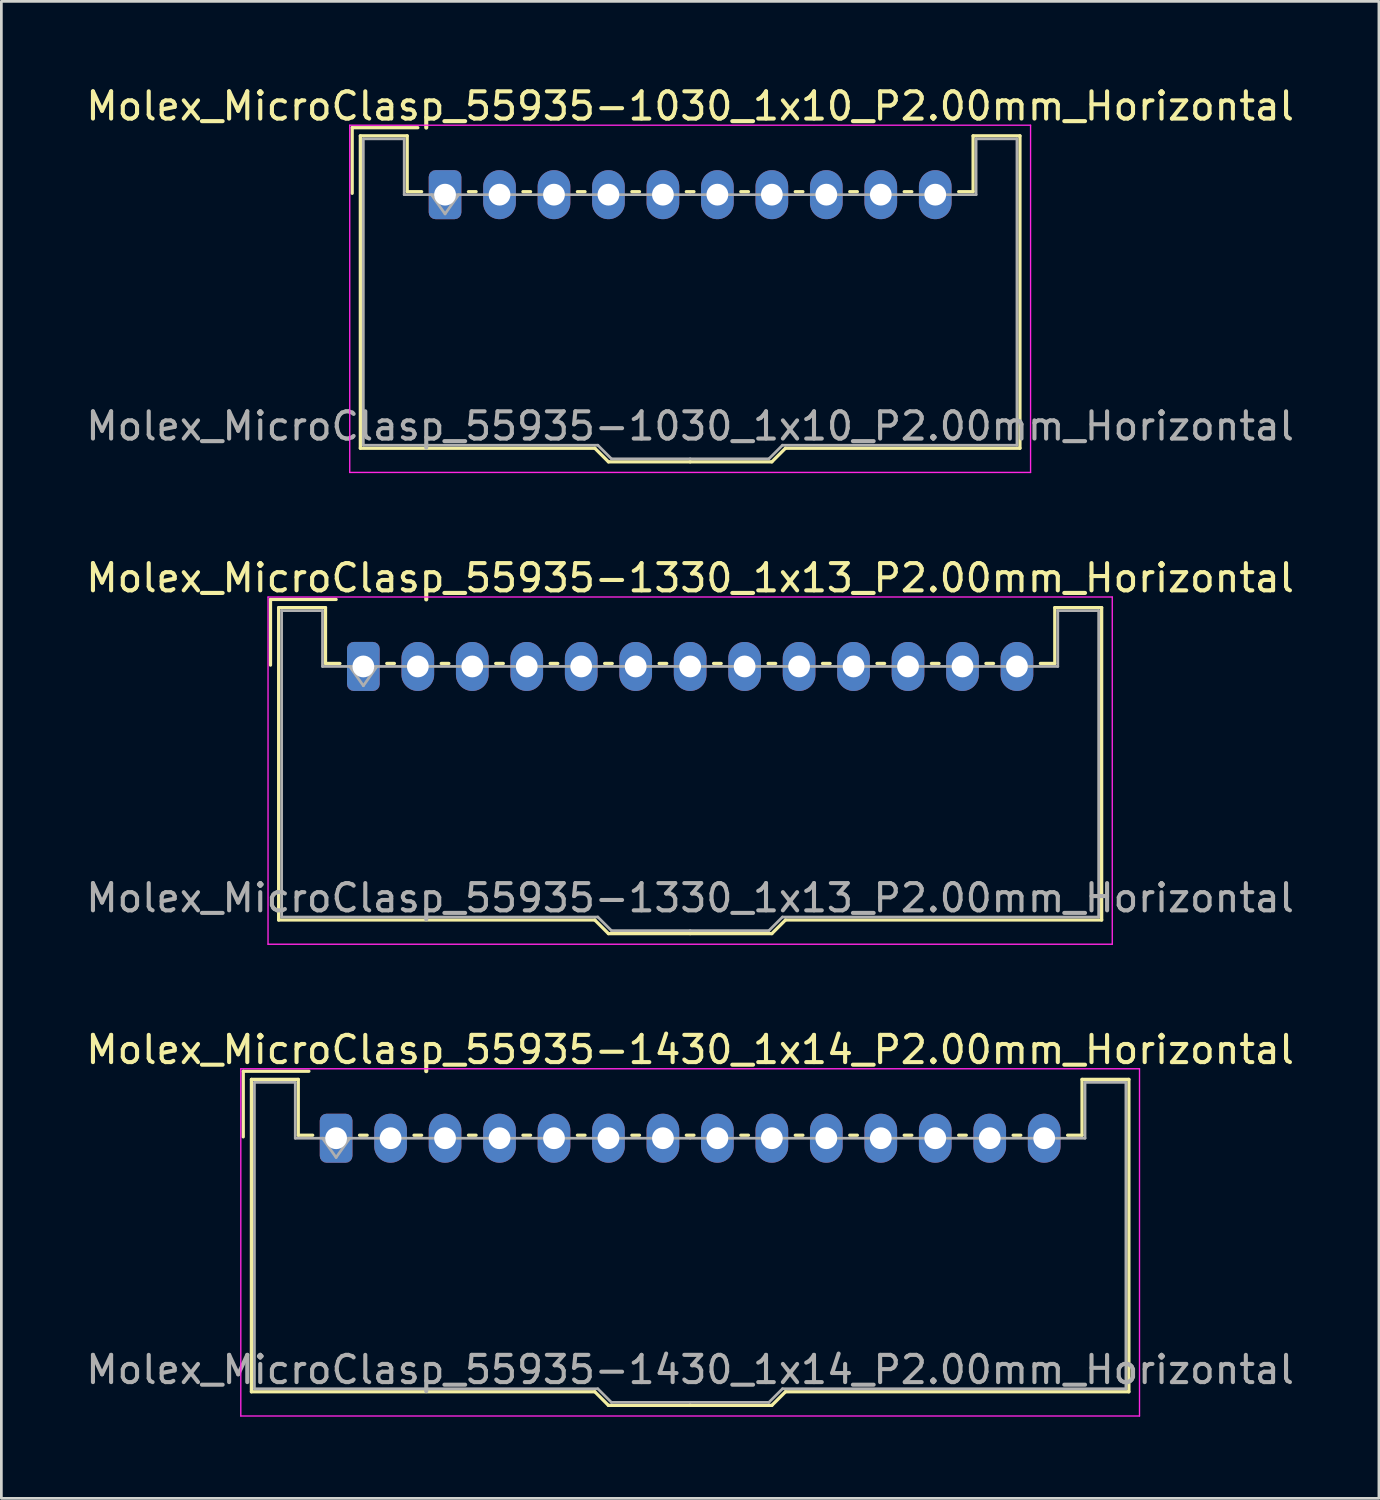
<source format=kicad_pcb>
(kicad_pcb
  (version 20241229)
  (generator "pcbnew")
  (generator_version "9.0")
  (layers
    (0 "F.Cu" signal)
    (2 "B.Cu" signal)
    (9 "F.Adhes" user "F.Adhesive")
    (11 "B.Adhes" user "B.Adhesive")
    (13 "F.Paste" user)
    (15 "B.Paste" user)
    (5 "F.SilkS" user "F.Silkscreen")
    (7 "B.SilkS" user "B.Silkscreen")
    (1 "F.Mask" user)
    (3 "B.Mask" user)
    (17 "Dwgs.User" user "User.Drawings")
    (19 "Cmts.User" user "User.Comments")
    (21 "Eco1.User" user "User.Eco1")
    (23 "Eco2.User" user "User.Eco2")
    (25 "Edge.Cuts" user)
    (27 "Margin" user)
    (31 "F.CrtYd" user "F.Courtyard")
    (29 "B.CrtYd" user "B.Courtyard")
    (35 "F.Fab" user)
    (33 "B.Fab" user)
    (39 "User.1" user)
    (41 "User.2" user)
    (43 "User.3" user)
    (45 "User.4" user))
  (footprint "Molex_MicroClasp_55935-1430_1x14_P2.00mm_Horizontal"
    (layer "F.Cu")
    (at 9.292 38.745)
    (property "Reference" "Molex_MicroClasp_55935-1430_1x14_P2.00mm_Horizontal" (at 13 -3.25 0) (layer "F.SilkS") (effects (font (size 1 1) (thickness 0.15))))
    (attr through_hole)
    (fp_line (start -3.41 -2.46) (end -1 -2.46) (stroke (width 0.12) (type solid)) (layer "F.SilkS"))
    (fp_line (start -3.41 -0.05) (end -3.41 -2.46) (stroke (width 0.12) (type solid)) (layer "F.SilkS"))
    (fp_line (start -3.11 -2.16) (end -1.39 -2.16) (stroke (width 0.12) (type solid)) (layer "F.SilkS"))
    (fp_line (start -3.11 9.31) (end -3.11 -2.16) (stroke (width 0.12) (type solid)) (layer "F.SilkS"))
    (fp_line (start -1.39 -2.16) (end -1.39 -0.11) (stroke (width 0.12) (type solid)) (layer "F.SilkS"))
    (fp_line (start -1.39 -0.11) (end -0.86 -0.11) (stroke (width 0.12) (type solid)) (layer "F.SilkS"))
    (fp_line (start 0.86 -0.11) (end 1.14 -0.11) (stroke (width 0.12) (type solid)) (layer "F.SilkS"))
    (fp_line (start 2.86 -0.11) (end 3.14 -0.11) (stroke (width 0.12) (type solid)) (layer "F.SilkS"))
    (fp_line (start 4.86 -0.11) (end 5.14 -0.11) (stroke (width 0.12) (type solid)) (layer "F.SilkS"))
    (fp_line (start 6.86 -0.11) (end 7.14 -0.11) (stroke (width 0.12) (type solid)) (layer "F.SilkS"))
    (fp_line (start 8.86 -0.11) (end 9.14 -0.11) (stroke (width 0.12) (type solid)) (layer "F.SilkS"))
    (fp_line (start 9.5 9.31) (end -3.11 9.31) (stroke (width 0.12) (type solid)) (layer "F.SilkS"))
    (fp_line (start 10 9.81) (end 9.5 9.31) (stroke (width 0.12) (type solid)) (layer "F.SilkS"))
    (fp_line (start 10.86 -0.11) (end 11.14 -0.11) (stroke (width 0.12) (type solid)) (layer "F.SilkS"))
    (fp_line (start 12.86 -0.11) (end 13.14 -0.11) (stroke (width 0.12) (type solid)) (layer "F.SilkS"))
    (fp_line (start 13 9.81) (end 10 9.81) (stroke (width 0.12) (type solid)) (layer "F.SilkS"))
    (fp_line (start 13 9.81) (end 16 9.81) (stroke (width 0.12) (type solid)) (layer "F.SilkS"))
    (fp_line (start 14.86 -0.11) (end 15.14 -0.11) (stroke (width 0.12) (type solid)) (layer "F.SilkS"))
    (fp_line (start 16 9.81) (end 16.5 9.31) (stroke (width 0.12) (type solid)) (layer "F.SilkS"))
    (fp_line (start 16.5 9.31) (end 29.11 9.31) (stroke (width 0.12) (type solid)) (layer "F.SilkS"))
    (fp_line (start 16.86 -0.11) (end 17.14 -0.11) (stroke (width 0.12) (type solid)) (layer "F.SilkS"))
    (fp_line (start 18.86 -0.11) (end 19.14 -0.11) (stroke (width 0.12) (type solid)) (layer "F.SilkS"))
    (fp_line (start 20.86 -0.11) (end 21.14 -0.11) (stroke (width 0.12) (type solid)) (layer "F.SilkS"))
    (fp_line (start 22.86 -0.11) (end 23.14 -0.11) (stroke (width 0.12) (type solid)) (layer "F.SilkS"))
    (fp_line (start 24.86 -0.11) (end 25.14 -0.11) (stroke (width 0.12) (type solid)) (layer "F.SilkS"))
    (fp_line (start 27.39 -2.16) (end 27.39 -0.11) (stroke (width 0.12) (type solid)) (layer "F.SilkS"))
    (fp_line (start 27.39 -0.11) (end 26.86 -0.11) (stroke (width 0.12) (type solid)) (layer "F.SilkS"))
    (fp_line (start 29.11 -2.16) (end 27.39 -2.16) (stroke (width 0.12) (type solid)) (layer "F.SilkS"))
    (fp_line (start 29.11 9.31) (end 29.11 -2.16) (stroke (width 0.12) (type solid)) (layer "F.SilkS"))
    (fp_line (start -3.5 -2.55) (end -3.5 10.2) (stroke (width 0.05) (type solid)) (layer "F.CrtYd"))
    (fp_line (start -3.5 10.2) (end 29.5 10.2) (stroke (width 0.05) (type solid)) (layer "F.CrtYd"))
    (fp_line (start 29.5 -2.55) (end -3.5 -2.55) (stroke (width 0.05) (type solid)) (layer "F.CrtYd"))
    (fp_line (start 29.5 10.2) (end 29.5 -2.55) (stroke (width 0.05) (type solid)) (layer "F.CrtYd"))
    (fp_line (start -3 -2.05) (end -1.5 -2.05) (stroke (width 0.1) (type solid)) (layer "F.Fab"))
    (fp_line (start -3 9.2) (end -3 -2.05) (stroke (width 0.1) (type solid)) (layer "F.Fab"))
    (fp_line (start -1.5 -2.05) (end -1.5 0) (stroke (width 0.1) (type solid)) (layer "F.Fab"))
    (fp_line (start -1.5 0) (end 13 0) (stroke (width 0.1) (type solid)) (layer "F.Fab"))
    (fp_line (start -0.5 0) (end 0 0.707) (stroke (width 0.1) (type solid)) (layer "F.Fab"))
    (fp_line (start 0 0.707) (end 0.5 0) (stroke (width 0.1) (type solid)) (layer "F.Fab"))
    (fp_line (start 9.61 9.2) (end -3 9.2) (stroke (width 0.1) (type solid)) (layer "F.Fab"))
    (fp_line (start 10.11 9.7) (end 9.61 9.2) (stroke (width 0.1) (type solid)) (layer "F.Fab"))
    (fp_line (start 13 9.7) (end 10.11 9.7) (stroke (width 0.1) (type solid)) (layer "F.Fab"))
    (fp_line (start 13 9.7) (end 15.89 9.7) (stroke (width 0.1) (type solid)) (layer "F.Fab"))
    (fp_line (start 15.89 9.7) (end 16.39 9.2) (stroke (width 0.1) (type solid)) (layer "F.Fab"))
    (fp_line (start 16.39 9.2) (end 29 9.2) (stroke (width 0.1) (type solid)) (layer "F.Fab"))
    (fp_line (start 27.5 -2.05) (end 27.5 0) (stroke (width 0.1) (type solid)) (layer "F.Fab"))
    (fp_line (start 27.5 0) (end 13 0) (stroke (width 0.1) (type solid)) (layer "F.Fab"))
    (fp_line (start 29 -2.05) (end 27.5 -2.05) (stroke (width 0.1) (type solid)) (layer "F.Fab"))
    (fp_line (start 29 9.2) (end 29 -2.05) (stroke (width 0.1) (type solid)) (layer "F.Fab"))
    (fp_text user "${REFERENCE}" (at 13 8.5 0) (layer "F.Fab") (effects (font (size 1 1) (thickness 0.15))))
    (pad "1" thru_hole roundrect (at 0 0) (size 1.2 1.8) (drill 0.8) (layers "*.Cu" "*.Mask") (roundrect_rratio 0.208))
    (pad "2" thru_hole oval (at 2 0) (size 1.2 1.8) (drill 0.8) (layers "*.Cu" "*.Mask"))
    (pad "3" thru_hole oval (at 4 0) (size 1.2 1.8) (drill 0.8) (layers "*.Cu" "*.Mask"))
    (pad "4" thru_hole oval (at 6 0) (size 1.2 1.8) (drill 0.8) (layers "*.Cu" "*.Mask"))
    (pad "5" thru_hole oval (at 8 0) (size 1.2 1.8) (drill 0.8) (layers "*.Cu" "*.Mask"))
    (pad "6" thru_hole oval (at 10 0) (size 1.2 1.8) (drill 0.8) (layers "*.Cu" "*.Mask"))
    (pad "7" thru_hole oval (at 12 0) (size 1.2 1.8) (drill 0.8) (layers "*.Cu" "*.Mask"))
    (pad "8" thru_hole oval (at 14 0) (size 1.2 1.8) (drill 0.8) (layers "*.Cu" "*.Mask"))
    (pad "9" thru_hole oval (at 16 0) (size 1.2 1.8) (drill 0.8) (layers "*.Cu" "*.Mask"))
    (pad "10" thru_hole oval (at 18 0) (size 1.2 1.8) (drill 0.8) (layers "*.Cu" "*.Mask"))
    (pad "11" thru_hole oval (at 20 0) (size 1.2 1.8) (drill 0.8) (layers "*.Cu" "*.Mask"))
    (pad "12" thru_hole oval (at 22 0) (size 1.2 1.8) (drill 0.8) (layers "*.Cu" "*.Mask"))
    (pad "13" thru_hole oval (at 24 0) (size 1.2 1.8) (drill 0.8) (layers "*.Cu" "*.Mask"))
    (pad "14" thru_hole oval (at 26 0) (size 1.2 1.8) (drill 0.8) (layers "*.Cu" "*.Mask")))
  (footprint "Molex_MicroClasp_55935-1330_1x13_P2.00mm_Horizontal"
    (layer "F.Cu")
    (at 10.292 21.422)
    (property "Reference" "Molex_MicroClasp_55935-1330_1x13_P2.00mm_Horizontal" (at 12 -3.25 0) (layer "F.SilkS") (effects (font (size 1 1) (thickness 0.15))))
    (attr through_hole)
    (fp_line (start -3.41 -2.46) (end -1 -2.46) (stroke (width 0.12) (type solid)) (layer "F.SilkS"))
    (fp_line (start -3.41 -0.05) (end -3.41 -2.46) (stroke (width 0.12) (type solid)) (layer "F.SilkS"))
    (fp_line (start -3.11 -2.16) (end -1.39 -2.16) (stroke (width 0.12) (type solid)) (layer "F.SilkS"))
    (fp_line (start -3.11 9.31) (end -3.11 -2.16) (stroke (width 0.12) (type solid)) (layer "F.SilkS"))
    (fp_line (start -1.39 -2.16) (end -1.39 -0.11) (stroke (width 0.12) (type solid)) (layer "F.SilkS"))
    (fp_line (start -1.39 -0.11) (end -0.86 -0.11) (stroke (width 0.12) (type solid)) (layer "F.SilkS"))
    (fp_line (start 0.86 -0.11) (end 1.14 -0.11) (stroke (width 0.12) (type solid)) (layer "F.SilkS"))
    (fp_line (start 2.86 -0.11) (end 3.14 -0.11) (stroke (width 0.12) (type solid)) (layer "F.SilkS"))
    (fp_line (start 4.86 -0.11) (end 5.14 -0.11) (stroke (width 0.12) (type solid)) (layer "F.SilkS"))
    (fp_line (start 6.86 -0.11) (end 7.14 -0.11) (stroke (width 0.12) (type solid)) (layer "F.SilkS"))
    (fp_line (start 8.5 9.31) (end -3.11 9.31) (stroke (width 0.12) (type solid)) (layer "F.SilkS"))
    (fp_line (start 8.86 -0.11) (end 9.14 -0.11) (stroke (width 0.12) (type solid)) (layer "F.SilkS"))
    (fp_line (start 9 9.81) (end 8.5 9.31) (stroke (width 0.12) (type solid)) (layer "F.SilkS"))
    (fp_line (start 10.86 -0.11) (end 11.14 -0.11) (stroke (width 0.12) (type solid)) (layer "F.SilkS"))
    (fp_line (start 12 9.81) (end 9 9.81) (stroke (width 0.12) (type solid)) (layer "F.SilkS"))
    (fp_line (start 12 9.81) (end 15 9.81) (stroke (width 0.12) (type solid)) (layer "F.SilkS"))
    (fp_line (start 12.86 -0.11) (end 13.14 -0.11) (stroke (width 0.12) (type solid)) (layer "F.SilkS"))
    (fp_line (start 14.86 -0.11) (end 15.14 -0.11) (stroke (width 0.12) (type solid)) (layer "F.SilkS"))
    (fp_line (start 15 9.81) (end 15.5 9.31) (stroke (width 0.12) (type solid)) (layer "F.SilkS"))
    (fp_line (start 15.5 9.31) (end 27.11 9.31) (stroke (width 0.12) (type solid)) (layer "F.SilkS"))
    (fp_line (start 16.86 -0.11) (end 17.14 -0.11) (stroke (width 0.12) (type solid)) (layer "F.SilkS"))
    (fp_line (start 18.86 -0.11) (end 19.14 -0.11) (stroke (width 0.12) (type solid)) (layer "F.SilkS"))
    (fp_line (start 20.86 -0.11) (end 21.14 -0.11) (stroke (width 0.12) (type solid)) (layer "F.SilkS"))
    (fp_line (start 22.86 -0.11) (end 23.14 -0.11) (stroke (width 0.12) (type solid)) (layer "F.SilkS"))
    (fp_line (start 25.39 -2.16) (end 25.39 -0.11) (stroke (width 0.12) (type solid)) (layer "F.SilkS"))
    (fp_line (start 25.39 -0.11) (end 24.86 -0.11) (stroke (width 0.12) (type solid)) (layer "F.SilkS"))
    (fp_line (start 27.11 -2.16) (end 25.39 -2.16) (stroke (width 0.12) (type solid)) (layer "F.SilkS"))
    (fp_line (start 27.11 9.31) (end 27.11 -2.16) (stroke (width 0.12) (type solid)) (layer "F.SilkS"))
    (fp_line (start -3.5 -2.55) (end -3.5 10.2) (stroke (width 0.05) (type solid)) (layer "F.CrtYd"))
    (fp_line (start -3.5 10.2) (end 27.5 10.2) (stroke (width 0.05) (type solid)) (layer "F.CrtYd"))
    (fp_line (start 27.5 -2.55) (end -3.5 -2.55) (stroke (width 0.05) (type solid)) (layer "F.CrtYd"))
    (fp_line (start 27.5 10.2) (end 27.5 -2.55) (stroke (width 0.05) (type solid)) (layer "F.CrtYd"))
    (fp_line (start -3 -2.05) (end -1.5 -2.05) (stroke (width 0.1) (type solid)) (layer "F.Fab"))
    (fp_line (start -3 9.2) (end -3 -2.05) (stroke (width 0.1) (type solid)) (layer "F.Fab"))
    (fp_line (start -1.5 -2.05) (end -1.5 0) (stroke (width 0.1) (type solid)) (layer "F.Fab"))
    (fp_line (start -1.5 0) (end 12 0) (stroke (width 0.1) (type solid)) (layer "F.Fab"))
    (fp_line (start -0.5 0) (end 0 0.707) (stroke (width 0.1) (type solid)) (layer "F.Fab"))
    (fp_line (start 0 0.707) (end 0.5 0) (stroke (width 0.1) (type solid)) (layer "F.Fab"))
    (fp_line (start 8.61 9.2) (end -3 9.2) (stroke (width 0.1) (type solid)) (layer "F.Fab"))
    (fp_line (start 9.11 9.7) (end 8.61 9.2) (stroke (width 0.1) (type solid)) (layer "F.Fab"))
    (fp_line (start 12 9.7) (end 9.11 9.7) (stroke (width 0.1) (type solid)) (layer "F.Fab"))
    (fp_line (start 12 9.7) (end 14.89 9.7) (stroke (width 0.1) (type solid)) (layer "F.Fab"))
    (fp_line (start 14.89 9.7) (end 15.39 9.2) (stroke (width 0.1) (type solid)) (layer "F.Fab"))
    (fp_line (start 15.39 9.2) (end 27 9.2) (stroke (width 0.1) (type solid)) (layer "F.Fab"))
    (fp_line (start 25.5 -2.05) (end 25.5 0) (stroke (width 0.1) (type solid)) (layer "F.Fab"))
    (fp_line (start 25.5 0) (end 12 0) (stroke (width 0.1) (type solid)) (layer "F.Fab"))
    (fp_line (start 27 -2.05) (end 25.5 -2.05) (stroke (width 0.1) (type solid)) (layer "F.Fab"))
    (fp_line (start 27 9.2) (end 27 -2.05) (stroke (width 0.1) (type solid)) (layer "F.Fab"))
    (fp_text user "${REFERENCE}" (at 12 8.5 0) (layer "F.Fab") (effects (font (size 1 1) (thickness 0.15))))
    (pad "1" thru_hole roundrect (at 0 0) (size 1.2 1.8) (drill 0.8) (layers "*.Cu" "*.Mask") (roundrect_rratio 0.208))
    (pad "2" thru_hole oval (at 2 0) (size 1.2 1.8) (drill 0.8) (layers "*.Cu" "*.Mask"))
    (pad "3" thru_hole oval (at 4 0) (size 1.2 1.8) (drill 0.8) (layers "*.Cu" "*.Mask"))
    (pad "4" thru_hole oval (at 6 0) (size 1.2 1.8) (drill 0.8) (layers "*.Cu" "*.Mask"))
    (pad "5" thru_hole oval (at 8 0) (size 1.2 1.8) (drill 0.8) (layers "*.Cu" "*.Mask"))
    (pad "6" thru_hole oval (at 10 0) (size 1.2 1.8) (drill 0.8) (layers "*.Cu" "*.Mask"))
    (pad "7" thru_hole oval (at 12 0) (size 1.2 1.8) (drill 0.8) (layers "*.Cu" "*.Mask"))
    (pad "8" thru_hole oval (at 14 0) (size 1.2 1.8) (drill 0.8) (layers "*.Cu" "*.Mask"))
    (pad "9" thru_hole oval (at 16 0) (size 1.2 1.8) (drill 0.8) (layers "*.Cu" "*.Mask"))
    (pad "10" thru_hole oval (at 18 0) (size 1.2 1.8) (drill 0.8) (layers "*.Cu" "*.Mask"))
    (pad "11" thru_hole oval (at 20 0) (size 1.2 1.8) (drill 0.8) (layers "*.Cu" "*.Mask"))
    (pad "12" thru_hole oval (at 22 0) (size 1.2 1.8) (drill 0.8) (layers "*.Cu" "*.Mask"))
    (pad "13" thru_hole oval (at 24 0) (size 1.2 1.8) (drill 0.8) (layers "*.Cu" "*.Mask")))
  (footprint "Molex_MicroClasp_55935-1030_1x10_P2.00mm_Horizontal"
    (layer "F.Cu")
    (at 13.292 4.098)
    (property "Reference" "Molex_MicroClasp_55935-1030_1x10_P2.00mm_Horizontal" (at 9 -3.25 0) (layer "F.SilkS") (effects (font (size 1 1) (thickness 0.15))))
    (attr through_hole)
    (fp_line (start -3.41 -2.46) (end -1 -2.46) (stroke (width 0.12) (type solid)) (layer "F.SilkS"))
    (fp_line (start -3.41 -0.05) (end -3.41 -2.46) (stroke (width 0.12) (type solid)) (layer "F.SilkS"))
    (fp_line (start -3.11 -2.16) (end -1.39 -2.16) (stroke (width 0.12) (type solid)) (layer "F.SilkS"))
    (fp_line (start -3.11 9.31) (end -3.11 -2.16) (stroke (width 0.12) (type solid)) (layer "F.SilkS"))
    (fp_line (start -1.39 -2.16) (end -1.39 -0.11) (stroke (width 0.12) (type solid)) (layer "F.SilkS"))
    (fp_line (start -1.39 -0.11) (end -0.86 -0.11) (stroke (width 0.12) (type solid)) (layer "F.SilkS"))
    (fp_line (start 0.86 -0.11) (end 1.14 -0.11) (stroke (width 0.12) (type solid)) (layer "F.SilkS"))
    (fp_line (start 2.86 -0.11) (end 3.14 -0.11) (stroke (width 0.12) (type solid)) (layer "F.SilkS"))
    (fp_line (start 4.86 -0.11) (end 5.14 -0.11) (stroke (width 0.12) (type solid)) (layer "F.SilkS"))
    (fp_line (start 5.5 9.31) (end -3.11 9.31) (stroke (width 0.12) (type solid)) (layer "F.SilkS"))
    (fp_line (start 6 9.81) (end 5.5 9.31) (stroke (width 0.12) (type solid)) (layer "F.SilkS"))
    (fp_line (start 6.86 -0.11) (end 7.14 -0.11) (stroke (width 0.12) (type solid)) (layer "F.SilkS"))
    (fp_line (start 8.86 -0.11) (end 9.14 -0.11) (stroke (width 0.12) (type solid)) (layer "F.SilkS"))
    (fp_line (start 9 9.81) (end 6 9.81) (stroke (width 0.12) (type solid)) (layer "F.SilkS"))
    (fp_line (start 9 9.81) (end 12 9.81) (stroke (width 0.12) (type solid)) (layer "F.SilkS"))
    (fp_line (start 10.86 -0.11) (end 11.14 -0.11) (stroke (width 0.12) (type solid)) (layer "F.SilkS"))
    (fp_line (start 12 9.81) (end 12.5 9.31) (stroke (width 0.12) (type solid)) (layer "F.SilkS"))
    (fp_line (start 12.5 9.31) (end 21.11 9.31) (stroke (width 0.12) (type solid)) (layer "F.SilkS"))
    (fp_line (start 12.86 -0.11) (end 13.14 -0.11) (stroke (width 0.12) (type solid)) (layer "F.SilkS"))
    (fp_line (start 14.86 -0.11) (end 15.14 -0.11) (stroke (width 0.12) (type solid)) (layer "F.SilkS"))
    (fp_line (start 16.86 -0.11) (end 17.14 -0.11) (stroke (width 0.12) (type solid)) (layer "F.SilkS"))
    (fp_line (start 19.39 -2.16) (end 19.39 -0.11) (stroke (width 0.12) (type solid)) (layer "F.SilkS"))
    (fp_line (start 19.39 -0.11) (end 18.86 -0.11) (stroke (width 0.12) (type solid)) (layer "F.SilkS"))
    (fp_line (start 21.11 -2.16) (end 19.39 -2.16) (stroke (width 0.12) (type solid)) (layer "F.SilkS"))
    (fp_line (start 21.11 9.31) (end 21.11 -2.16) (stroke (width 0.12) (type solid)) (layer "F.SilkS"))
    (fp_line (start -3.5 -2.55) (end -3.5 10.2) (stroke (width 0.05) (type solid)) (layer "F.CrtYd"))
    (fp_line (start -3.5 10.2) (end 21.5 10.2) (stroke (width 0.05) (type solid)) (layer "F.CrtYd"))
    (fp_line (start 21.5 -2.55) (end -3.5 -2.55) (stroke (width 0.05) (type solid)) (layer "F.CrtYd"))
    (fp_line (start 21.5 10.2) (end 21.5 -2.55) (stroke (width 0.05) (type solid)) (layer "F.CrtYd"))
    (fp_line (start -3 -2.05) (end -1.5 -2.05) (stroke (width 0.1) (type solid)) (layer "F.Fab"))
    (fp_line (start -3 9.2) (end -3 -2.05) (stroke (width 0.1) (type solid)) (layer "F.Fab"))
    (fp_line (start -1.5 -2.05) (end -1.5 0) (stroke (width 0.1) (type solid)) (layer "F.Fab"))
    (fp_line (start -1.5 0) (end 9 0) (stroke (width 0.1) (type solid)) (layer "F.Fab"))
    (fp_line (start -0.5 0) (end 0 0.707) (stroke (width 0.1) (type solid)) (layer "F.Fab"))
    (fp_line (start 0 0.707) (end 0.5 0) (stroke (width 0.1) (type solid)) (layer "F.Fab"))
    (fp_line (start 5.61 9.2) (end -3 9.2) (stroke (width 0.1) (type solid)) (layer "F.Fab"))
    (fp_line (start 6.11 9.7) (end 5.61 9.2) (stroke (width 0.1) (type solid)) (layer "F.Fab"))
    (fp_line (start 9 9.7) (end 6.11 9.7) (stroke (width 0.1) (type solid)) (layer "F.Fab"))
    (fp_line (start 9 9.7) (end 11.89 9.7) (stroke (width 0.1) (type solid)) (layer "F.Fab"))
    (fp_line (start 11.89 9.7) (end 12.39 9.2) (stroke (width 0.1) (type solid)) (layer "F.Fab"))
    (fp_line (start 12.39 9.2) (end 21 9.2) (stroke (width 0.1) (type solid)) (layer "F.Fab"))
    (fp_line (start 19.5 -2.05) (end 19.5 0) (stroke (width 0.1) (type solid)) (layer "F.Fab"))
    (fp_line (start 19.5 0) (end 9 0) (stroke (width 0.1) (type solid)) (layer "F.Fab"))
    (fp_line (start 21 -2.05) (end 19.5 -2.05) (stroke (width 0.1) (type solid)) (layer "F.Fab"))
    (fp_line (start 21 9.2) (end 21 -2.05) (stroke (width 0.1) (type solid)) (layer "F.Fab"))
    (fp_text user "${REFERENCE}" (at 9 8.5 0) (layer "F.Fab") (effects (font (size 1 1) (thickness 0.15))))
    (pad "1" thru_hole roundrect (at 0 0) (size 1.2 1.8) (drill 0.8) (layers "*.Cu" "*.Mask") (roundrect_rratio 0.208))
    (pad "2" thru_hole oval (at 2 0) (size 1.2 1.8) (drill 0.8) (layers "*.Cu" "*.Mask"))
    (pad "3" thru_hole oval (at 4 0) (size 1.2 1.8) (drill 0.8) (layers "*.Cu" "*.Mask"))
    (pad "4" thru_hole oval (at 6 0) (size 1.2 1.8) (drill 0.8) (layers "*.Cu" "*.Mask"))
    (pad "5" thru_hole oval (at 8 0) (size 1.2 1.8) (drill 0.8) (layers "*.Cu" "*.Mask"))
    (pad "6" thru_hole oval (at 10 0) (size 1.2 1.8) (drill 0.8) (layers "*.Cu" "*.Mask"))
    (pad "7" thru_hole oval (at 12 0) (size 1.2 1.8) (drill 0.8) (layers "*.Cu" "*.Mask"))
    (pad "8" thru_hole oval (at 14 0) (size 1.2 1.8) (drill 0.8) (layers "*.Cu" "*.Mask"))
    (pad "9" thru_hole oval (at 16 0) (size 1.2 1.8) (drill 0.8) (layers "*.Cu" "*.Mask"))
    (pad "10" thru_hole oval (at 18 0) (size 1.2 1.8) (drill 0.8) (layers "*.Cu" "*.Mask")))
  (gr_rect
    (start -3 -3)
    (end 47.583 51.97)
    (stroke (width 0.1) (type default))
    (fill no)
    (layer "Edge.Cuts")))
</source>
